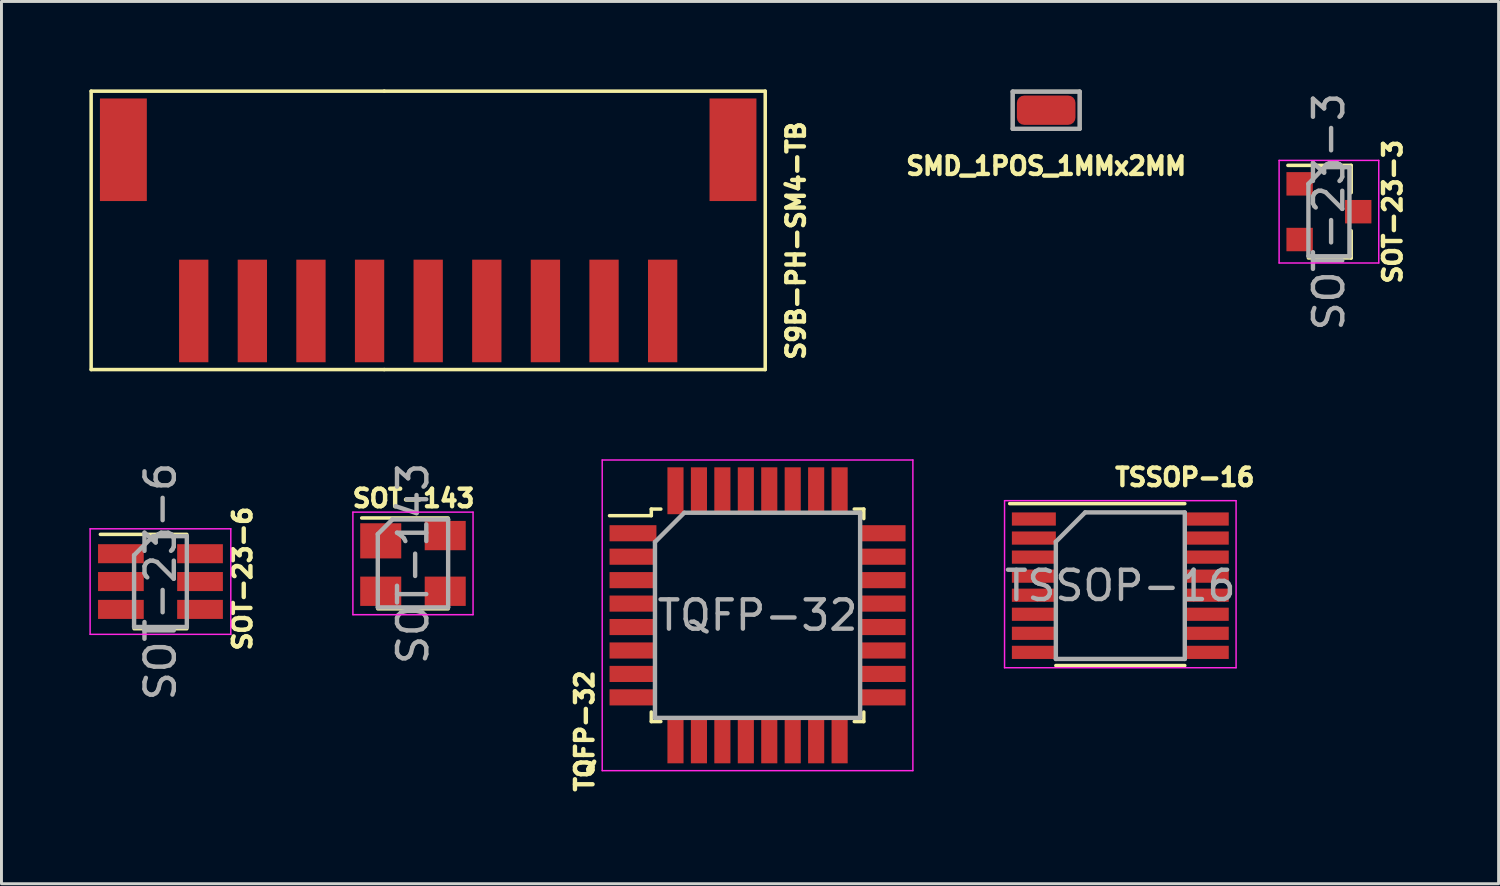
<source format=kicad_pcb>
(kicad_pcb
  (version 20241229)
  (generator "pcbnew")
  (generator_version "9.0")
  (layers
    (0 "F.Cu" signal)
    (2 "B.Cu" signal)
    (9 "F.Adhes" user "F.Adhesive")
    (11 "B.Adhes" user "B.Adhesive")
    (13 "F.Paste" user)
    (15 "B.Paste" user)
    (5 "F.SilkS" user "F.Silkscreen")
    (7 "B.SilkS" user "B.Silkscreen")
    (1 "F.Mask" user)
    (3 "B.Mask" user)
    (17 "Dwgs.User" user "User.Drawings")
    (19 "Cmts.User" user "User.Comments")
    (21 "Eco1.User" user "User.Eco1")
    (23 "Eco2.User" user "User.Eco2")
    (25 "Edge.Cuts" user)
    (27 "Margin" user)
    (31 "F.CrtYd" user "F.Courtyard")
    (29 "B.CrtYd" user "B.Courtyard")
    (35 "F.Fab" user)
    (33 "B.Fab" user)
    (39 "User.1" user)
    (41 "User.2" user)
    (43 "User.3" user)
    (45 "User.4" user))
  (footprint "S9B-PH-SM4-TB"
    (layer "F.Cu")
    (at 19.56 7.56)
    (property "Reference" "S9B-PH-SM4-TB" (at 4.55 -2.4 270) (layer "F.SilkS") (effects (font (size 0.6 0.6) (thickness 0.15))))
    (attr through_hole)
    (fp_line (start -19.5 -7.5) (end -9.5 -7.5) (stroke (width 0.12) (type solid)) (layer "F.SilkS"))
    (fp_line (start -19.5 2) (end -19.5 -7.5) (stroke (width 0.12) (type solid)) (layer "F.SilkS"))
    (fp_line (start -9.5 -7.5) (end 3.5 -7.5) (stroke (width 0.12) (type solid)) (layer "F.SilkS"))
    (fp_line (start -9.5 2) (end -9.5 2) (stroke (width 0.12) (type solid)) (layer "F.SilkS"))
    (fp_line (start 3.5 -7.5) (end 3.5 2) (stroke (width 0.12) (type solid)) (layer "F.SilkS"))
    (fp_line (start 3.5 2) (end -19.5 2) (stroke (width 0.12) (type solid)) (layer "F.SilkS"))
    (pad "" smd rect (at -18.4 -5.5) (size 1.6 3.5) (layers "F.Cu" "F.Mask" "F.Paste"))
    (pad "" smd rect (at 2.4 -5.5) (size 1.6 3.5) (layers "F.Cu" "F.Mask" "F.Paste"))
    (pad "1" smd rect (at 0 0) (size 1 3.5) (layers "F.Cu" "F.Mask" "F.Paste"))
    (pad "2" smd rect (at -2 0) (size 1 3.5) (layers "F.Cu" "F.Mask" "F.Paste"))
    (pad "3" smd rect (at -4 0) (size 1 3.5) (layers "F.Cu" "F.Mask" "F.Paste"))
    (pad "4" smd rect (at -6 0) (size 1 3.5) (layers "F.Cu" "F.Mask" "F.Paste"))
    (pad "5" smd rect (at -8 0) (size 1 3.5) (layers "F.Cu" "F.Mask" "F.Paste"))
    (pad "6" smd rect (at -10 0) (size 1 3.5) (layers "F.Cu" "F.Mask" "F.Paste"))
    (pad "7" smd rect (at -12 0) (size 1 3.5) (layers "F.Cu" "F.Mask" "F.Paste"))
    (pad "8" smd rect (at -14 0) (size 1 3.5) (layers "F.Cu" "F.Mask" "F.Paste"))
    (pad "9" smd rect (at -16 0) (size 1 3.5) (layers "F.Cu" "F.Mask" "F.Paste")))
  (footprint "TSSOP-16"
    (layer "F.Cu")
    (at 35.176 16.934)
    (property "Reference" "TSSOP-16" (at 2.2 -3.7 0) (layer "F.SilkS") (effects (font (size 0.6 0.6) (thickness 0.15))))
    (attr smd)
    (fp_line (start -3.775 -2.8) (end 2.2 -2.8) (stroke (width 0.12) (type solid)) (layer "F.SilkS"))
    (fp_line (start -2.2 2.725) (end 2.2 2.725) (stroke (width 0.12) (type solid)) (layer "F.SilkS"))
    (fp_line (start -3.95 -2.9) (end -3.95 2.8) (stroke (width 0.05) (type solid)) (layer "F.CrtYd"))
    (fp_line (start -3.95 -2.9) (end 3.95 -2.9) (stroke (width 0.05) (type solid)) (layer "F.CrtYd"))
    (fp_line (start -3.95 2.8) (end 3.95 2.8) (stroke (width 0.05) (type solid)) (layer "F.CrtYd"))
    (fp_line (start 3.95 -2.9) (end 3.95 2.8) (stroke (width 0.05) (type solid)) (layer "F.CrtYd"))
    (fp_line (start -2.2 -1.5) (end -1.2 -2.5) (stroke (width 0.15) (type solid)) (layer "F.Fab"))
    (fp_line (start -2.2 2.5) (end -2.2 -1.5) (stroke (width 0.15) (type solid)) (layer "F.Fab"))
    (fp_line (start -1.2 -2.5) (end 2.2 -2.5) (stroke (width 0.15) (type solid)) (layer "F.Fab"))
    (fp_line (start 2.2 -2.5) (end 2.2 2.5) (stroke (width 0.15) (type solid)) (layer "F.Fab"))
    (fp_line (start 2.2 2.5) (end -2.2 2.5) (stroke (width 0.15) (type solid)) (layer "F.Fab"))
    (fp_text user "${REFERENCE}" (at 0 0 0) (layer "F.Fab") (effects (font (size 1 1) (thickness 0.15))))
    (pad "1" smd rect (at -2.95 -2.275) (size 1.5 0.45) (layers "F.Cu" "F.Mask" "F.Paste"))
    (pad "2" smd rect (at -2.95 -1.625) (size 1.5 0.45) (layers "F.Cu" "F.Mask" "F.Paste"))
    (pad "3" smd rect (at -2.95 -0.975) (size 1.5 0.45) (layers "F.Cu" "F.Mask" "F.Paste"))
    (pad "4" smd rect (at -2.95 -0.325) (size 1.5 0.45) (layers "F.Cu" "F.Mask" "F.Paste"))
    (pad "5" smd rect (at -2.95 0.325) (size 1.5 0.45) (layers "F.Cu" "F.Mask" "F.Paste"))
    (pad "6" smd rect (at -2.95 0.975) (size 1.5 0.45) (layers "F.Cu" "F.Mask" "F.Paste"))
    (pad "7" smd rect (at -2.95 1.625) (size 1.5 0.45) (layers "F.Cu" "F.Mask" "F.Paste"))
    (pad "8" smd rect (at -2.95 2.275) (size 1.5 0.45) (layers "F.Cu" "F.Mask" "F.Paste"))
    (pad "9" smd rect (at 2.95 2.275) (size 1.5 0.45) (layers "F.Cu" "F.Mask" "F.Paste"))
    (pad "10" smd rect (at 2.95 1.625) (size 1.5 0.45) (layers "F.Cu" "F.Mask" "F.Paste"))
    (pad "11" smd rect (at 2.95 0.975) (size 1.5 0.45) (layers "F.Cu" "F.Mask" "F.Paste"))
    (pad "12" smd rect (at 2.95 0.325) (size 1.5 0.45) (layers "F.Cu" "F.Mask" "F.Paste"))
    (pad "13" smd rect (at 2.95 -0.325) (size 1.5 0.45) (layers "F.Cu" "F.Mask" "F.Paste"))
    (pad "14" smd rect (at 2.95 -0.975) (size 1.5 0.45) (layers "F.Cu" "F.Mask" "F.Paste"))
    (pad "15" smd rect (at 2.95 -1.625) (size 1.5 0.45) (layers "F.Cu" "F.Mask" "F.Paste"))
    (pad "16" smd rect (at 2.95 -2.275) (size 1.5 0.45) (layers "F.Cu" "F.Mask" "F.Paste")))
  (footprint "SMD_1POS_1MMx2MM"
    (layer "F.Cu")
    (at 32.646 0.71)
    (property "Reference" "SMD_1POS_1MMx2MM" (at 0 1.905 0) (layer "F.SilkS") (effects (font (size 0.6 0.6) (thickness 0.15))))
    (attr through_hole)
    (fp_line (start -1.143 -0.635) (end -1.143 0.635) (stroke (width 0.12) (type solid)) (layer "F.SilkS"))
    (fp_line (start -1.143 0.635) (end 1.143 0.635) (stroke (width 0.12) (type solid)) (layer "F.SilkS"))
    (fp_line (start 1.143 -0.635) (end -1.143 -0.635) (stroke (width 0.12) (type solid)) (layer "F.SilkS"))
    (fp_line (start 1.143 0.635) (end 1.143 -0.635) (stroke (width 0.12) (type solid)) (layer "F.SilkS"))
    (fp_line (start -1.143 -0.635) (end -1.143 0.635) (stroke (width 0.15) (type solid)) (layer "F.Fab"))
    (fp_line (start -1.143 0.635) (end 1.143 0.635) (stroke (width 0.15) (type solid)) (layer "F.Fab"))
    (fp_line (start 1.143 -0.635) (end -1.143 -0.635) (stroke (width 0.15) (type solid)) (layer "F.Fab"))
    (fp_line (start 1.143 0.635) (end 1.143 -0.635) (stroke (width 0.15) (type solid)) (layer "F.Fab"))
    (pad "1" smd roundrect (at 0 0) (size 2 1) (layers "F.Cu" "F.Mask" "F.Paste") (roundrect_rratio 0.25)))
  (footprint "SOT-23-3"
    (layer "F.Cu")
    (at 42.294 4.173)
    (property "Reference" "SOT-23-3" (at 2.175 0 90) (layer "F.SilkS") (effects (font (size 0.6 0.6) (thickness 0.15))))
    (attr smd)
    (fp_line (start 0.76 -1.58) (end -1.4 -1.58) (stroke (width 0.12) (type solid)) (layer "F.SilkS"))
    (fp_line (start 0.76 -1.58) (end 0.76 -0.65) (stroke (width 0.12) (type solid)) (layer "F.SilkS"))
    (fp_line (start 0.76 1.58) (end -0.7 1.58) (stroke (width 0.12) (type solid)) (layer "F.SilkS"))
    (fp_line (start 0.76 1.58) (end 0.76 0.65) (stroke (width 0.12) (type solid)) (layer "F.SilkS"))
    (fp_line (start -1.7 -1.75) (end 1.7 -1.75) (stroke (width 0.05) (type solid)) (layer "F.CrtYd"))
    (fp_line (start -1.7 1.75) (end -1.7 -1.75) (stroke (width 0.05) (type solid)) (layer "F.CrtYd"))
    (fp_line (start 1.7 -1.75) (end 1.7 1.75) (stroke (width 0.05) (type solid)) (layer "F.CrtYd"))
    (fp_line (start 1.7 1.75) (end -1.7 1.75) (stroke (width 0.05) (type solid)) (layer "F.CrtYd"))
    (fp_line (start -0.7 -0.95) (end -0.7 1.5) (stroke (width 0.15) (type solid)) (layer "F.Fab"))
    (fp_line (start -0.7 -0.95) (end -0.15 -1.52) (stroke (width 0.15) (type solid)) (layer "F.Fab"))
    (fp_line (start -0.7 1.52) (end 0.7 1.52) (stroke (width 0.15) (type solid)) (layer "F.Fab"))
    (fp_line (start -0.15 -1.52) (end 0.7 -1.52) (stroke (width 0.15) (type solid)) (layer "F.Fab"))
    (fp_line (start 0.7 -1.52) (end 0.7 1.52) (stroke (width 0.15) (type solid)) (layer "F.Fab"))
    (fp_text user "${REFERENCE}" (at 0 0 270) (layer "F.Fab") (effects (font (size 1 1) (thickness 0.15))))
    (pad "1" smd rect (at -1 -0.95) (size 0.9 0.8) (layers "F.Cu" "F.Mask" "F.Paste"))
    (pad "2" smd rect (at -1 0.95) (size 0.9 0.8) (layers "F.Cu" "F.Mask" "F.Paste"))
    (pad "3" smd rect (at 1 0) (size 0.9 0.8) (layers "F.Cu" "F.Mask" "F.Paste")))
  (footprint "SOT-143"
    (layer "F.Cu")
    (at 11.041 16.174)
    (property "Reference" "SOT-143" (at 0.02 -2.22 180) (layer "F.SilkS") (effects (font (size 0.6 0.6) (thickness 0.15))))
    (attr smd)
    (fp_line (start -1.2 1.55) (end 1.2 1.55) (stroke (width 0.12) (type solid)) (layer "F.SilkS"))
    (fp_line (start 1.2 -1.55) (end -1.75 -1.55) (stroke (width 0.12) (type solid)) (layer "F.SilkS"))
    (fp_line (start -2.05 1.75) (end -2.05 -1.75) (stroke (width 0.05) (type solid)) (layer "F.CrtYd"))
    (fp_line (start -2.05 1.75) (end 2.05 1.75) (stroke (width 0.05) (type solid)) (layer "F.CrtYd"))
    (fp_line (start 2.05 -1.75) (end -2.05 -1.75) (stroke (width 0.05) (type solid)) (layer "F.CrtYd"))
    (fp_line (start 2.05 -1.75) (end 2.05 1.75) (stroke (width 0.05) (type solid)) (layer "F.CrtYd"))
    (fp_line (start -1.2 -1) (end -0.7 -1.5) (stroke (width 0.15) (type solid)) (layer "F.Fab"))
    (fp_line (start -1.2 1.5) (end -1.2 -1) (stroke (width 0.15) (type solid)) (layer "F.Fab"))
    (fp_line (start -0.7 -1.5) (end 1.2 -1.5) (stroke (width 0.15) (type solid)) (layer "F.Fab"))
    (fp_line (start 1.2 -1.5) (end 1.2 1.5) (stroke (width 0.15) (type solid)) (layer "F.Fab"))
    (fp_line (start 1.2 1.5) (end -1.2 1.5) (stroke (width 0.15) (type solid)) (layer "F.Fab"))
    (fp_text user "${REFERENCE}" (at 0 0 270) (layer "F.Fab") (effects (font (size 1 1) (thickness 0.15))))
    (pad "1" smd rect (at -1.1 -0.77 270) (size 1.2 1.4) (layers "F.Cu" "F.Mask" "F.Paste"))
    (pad "2" smd rect (at -1.1 0.95 270) (size 1 1.4) (layers "F.Cu" "F.Mask" "F.Paste"))
    (pad "3" smd rect (at 1.1 0.95 270) (size 1 1.4) (layers "F.Cu" "F.Mask" "F.Paste"))
    (pad "4" smd rect (at 1.1 -0.95 270) (size 1 1.4) (layers "F.Cu" "F.Mask" "F.Paste")))
  (footprint "TQFP-32"
    (layer "F.Cu")
    (at 22.798 17.945)
    (property "Reference" "TQFP-32" (at -5.9 3.95 270) (layer "F.SilkS") (effects (font (size 0.6 0.6) (thickness 0.15))))
    (attr smd)
    (fp_line (start -3.625 -3.625) (end -3.625 -3.4) (stroke (width 0.12) (type solid)) (layer "F.SilkS"))
    (fp_line (start -3.625 -3.625) (end -3.3 -3.625) (stroke (width 0.12) (type solid)) (layer "F.SilkS"))
    (fp_line (start -3.625 -3.4) (end -5.05 -3.4) (stroke (width 0.12) (type solid)) (layer "F.SilkS"))
    (fp_line (start -3.625 3.625) (end -3.625 3.3) (stroke (width 0.12) (type solid)) (layer "F.SilkS"))
    (fp_line (start -3.625 3.625) (end -3.3 3.625) (stroke (width 0.12) (type solid)) (layer "F.SilkS"))
    (fp_line (start 3.625 -3.625) (end 3.3 -3.625) (stroke (width 0.12) (type solid)) (layer "F.SilkS"))
    (fp_line (start 3.625 -3.625) (end 3.625 -3.3) (stroke (width 0.12) (type solid)) (layer "F.SilkS"))
    (fp_line (start 3.625 3.625) (end 3.3 3.625) (stroke (width 0.12) (type solid)) (layer "F.SilkS"))
    (fp_line (start 3.625 3.625) (end 3.625 3.3) (stroke (width 0.12) (type solid)) (layer "F.SilkS"))
    (fp_line (start -5.3 -5.3) (end -5.3 5.3) (stroke (width 0.05) (type solid)) (layer "F.CrtYd"))
    (fp_line (start -5.3 -5.3) (end 5.3 -5.3) (stroke (width 0.05) (type solid)) (layer "F.CrtYd"))
    (fp_line (start -5.3 5.3) (end 5.3 5.3) (stroke (width 0.05) (type solid)) (layer "F.CrtYd"))
    (fp_line (start 5.3 -5.3) (end 5.3 5.3) (stroke (width 0.05) (type solid)) (layer "F.CrtYd"))
    (fp_line (start -3.5 -2.5) (end -2.5 -3.5) (stroke (width 0.15) (type solid)) (layer "F.Fab"))
    (fp_line (start -3.5 3.5) (end -3.5 -2.5) (stroke (width 0.15) (type solid)) (layer "F.Fab"))
    (fp_line (start -2.5 -3.5) (end 3.5 -3.5) (stroke (width 0.15) (type solid)) (layer "F.Fab"))
    (fp_line (start 3.5 -3.5) (end 3.5 3.5) (stroke (width 0.15) (type solid)) (layer "F.Fab"))
    (fp_line (start 3.5 3.5) (end -3.5 3.5) (stroke (width 0.15) (type solid)) (layer "F.Fab"))
    (fp_text user "${REFERENCE}" (at 0 0 180) (layer "F.Fab") (effects (font (size 1 1) (thickness 0.15))))
    (pad "1" smd rect (at -4.25 -2.8) (size 1.6 0.55) (layers "F.Cu" "F.Mask" "F.Paste"))
    (pad "2" smd rect (at -4.25 -2) (size 1.6 0.55) (layers "F.Cu" "F.Mask" "F.Paste"))
    (pad "3" smd rect (at -4.25 -1.2) (size 1.6 0.55) (layers "F.Cu" "F.Mask" "F.Paste"))
    (pad "4" smd rect (at -4.25 -0.4) (size 1.6 0.55) (layers "F.Cu" "F.Mask" "F.Paste"))
    (pad "5" smd rect (at -4.25 0.4) (size 1.6 0.55) (layers "F.Cu" "F.Mask" "F.Paste"))
    (pad "6" smd rect (at -4.25 1.2) (size 1.6 0.55) (layers "F.Cu" "F.Mask" "F.Paste"))
    (pad "7" smd rect (at -4.25 2) (size 1.6 0.55) (layers "F.Cu" "F.Mask" "F.Paste"))
    (pad "8" smd rect (at -4.25 2.8) (size 1.6 0.55) (layers "F.Cu" "F.Mask" "F.Paste"))
    (pad "9" smd rect (at -2.8 4.25 90) (size 1.6 0.55) (layers "F.Cu" "F.Mask" "F.Paste"))
    (pad "10" smd rect (at -2 4.25 90) (size 1.6 0.55) (layers "F.Cu" "F.Mask" "F.Paste"))
    (pad "11" smd rect (at -1.2 4.25 90) (size 1.6 0.55) (layers "F.Cu" "F.Mask" "F.Paste"))
    (pad "12" smd rect (at -0.4 4.25 90) (size 1.6 0.55) (layers "F.Cu" "F.Mask" "F.Paste"))
    (pad "13" smd rect (at 0.4 4.25 90) (size 1.6 0.55) (layers "F.Cu" "F.Mask" "F.Paste"))
    (pad "14" smd rect (at 1.2 4.25 90) (size 1.6 0.55) (layers "F.Cu" "F.Mask" "F.Paste"))
    (pad "15" smd rect (at 2 4.25 90) (size 1.6 0.55) (layers "F.Cu" "F.Mask" "F.Paste"))
    (pad "16" smd rect (at 2.8 4.25 90) (size 1.6 0.55) (layers "F.Cu" "F.Mask" "F.Paste"))
    (pad "17" smd rect (at 4.25 2.8) (size 1.6 0.55) (layers "F.Cu" "F.Mask" "F.Paste"))
    (pad "18" smd rect (at 4.25 2) (size 1.6 0.55) (layers "F.Cu" "F.Mask" "F.Paste"))
    (pad "19" smd rect (at 4.25 1.2) (size 1.6 0.55) (layers "F.Cu" "F.Mask" "F.Paste"))
    (pad "20" smd rect (at 4.25 0.4) (size 1.6 0.55) (layers "F.Cu" "F.Mask" "F.Paste"))
    (pad "21" smd rect (at 4.25 -0.4) (size 1.6 0.55) (layers "F.Cu" "F.Mask" "F.Paste"))
    (pad "22" smd rect (at 4.25 -1.2) (size 1.6 0.55) (layers "F.Cu" "F.Mask" "F.Paste"))
    (pad "23" smd rect (at 4.25 -2) (size 1.6 0.55) (layers "F.Cu" "F.Mask" "F.Paste"))
    (pad "24" smd rect (at 4.25 -2.8) (size 1.6 0.55) (layers "F.Cu" "F.Mask" "F.Paste"))
    (pad "25" smd rect (at 2.8 -4.25 90) (size 1.6 0.55) (layers "F.Cu" "F.Mask" "F.Paste"))
    (pad "26" smd rect (at 2 -4.25 90) (size 1.6 0.55) (layers "F.Cu" "F.Mask" "F.Paste"))
    (pad "27" smd rect (at 1.2 -4.25 90) (size 1.6 0.55) (layers "F.Cu" "F.Mask" "F.Paste"))
    (pad "28" smd rect (at 0.4 -4.25 90) (size 1.6 0.55) (layers "F.Cu" "F.Mask" "F.Paste"))
    (pad "29" smd rect (at -0.4 -4.25 90) (size 1.6 0.55) (layers "F.Cu" "F.Mask" "F.Paste"))
    (pad "30" smd rect (at -1.2 -4.25 90) (size 1.6 0.55) (layers "F.Cu" "F.Mask" "F.Paste"))
    (pad "31" smd rect (at -2 -4.25 90) (size 1.6 0.55) (layers "F.Cu" "F.Mask" "F.Paste"))
    (pad "32" smd rect (at -2.8 -4.25 90) (size 1.6 0.55) (layers "F.Cu" "F.Mask" "F.Paste")))
  (footprint "SOT-23-6"
    (layer "F.Cu")
    (at 2.425 16.793)
    (property "Reference" "SOT-23-6" (at 2.8 -0.1 90) (layer "F.SilkS") (effects (font (size 0.6 0.6) (thickness 0.15))))
    (attr smd)
    (fp_line (start -0.9 1.61) (end 0.9 1.61) (stroke (width 0.12) (type solid)) (layer "F.SilkS"))
    (fp_line (start 0.9 -1.61) (end -2.05 -1.61) (stroke (width 0.12) (type solid)) (layer "F.SilkS"))
    (fp_line (start -2.4 -1.8) (end 2.4 -1.8) (stroke (width 0.05) (type solid)) (layer "F.CrtYd"))
    (fp_line (start -2.4 1.8) (end -2.4 -1.8) (stroke (width 0.05) (type solid)) (layer "F.CrtYd"))
    (fp_line (start 2.4 -1.8) (end 2.4 1.8) (stroke (width 0.05) (type solid)) (layer "F.CrtYd"))
    (fp_line (start 2.4 1.8) (end -2.4 1.8) (stroke (width 0.05) (type solid)) (layer "F.CrtYd"))
    (fp_line (start -0.9 -0.9) (end -0.9 1.55) (stroke (width 0.15) (type solid)) (layer "F.Fab"))
    (fp_line (start -0.9 -0.9) (end -0.25 -1.55) (stroke (width 0.15) (type solid)) (layer "F.Fab"))
    (fp_line (start 0.9 -1.55) (end -0.25 -1.55) (stroke (width 0.15) (type solid)) (layer "F.Fab"))
    (fp_line (start 0.9 -1.55) (end 0.9 1.55) (stroke (width 0.15) (type solid)) (layer "F.Fab"))
    (fp_line (start 0.9 1.55) (end -0.9 1.55) (stroke (width 0.15) (type solid)) (layer "F.Fab"))
    (fp_text user "${REFERENCE}" (at 0 0 270) (layer "F.Fab") (effects (font (size 1 1) (thickness 0.15))))
    (pad "1" smd rect (at -1.35 -0.95) (size 1.56 0.65) (layers "F.Cu" "F.Mask" "F.Paste"))
    (pad "2" smd rect (at -1.35 0) (size 1.56 0.65) (layers "F.Cu" "F.Mask" "F.Paste"))
    (pad "3" smd rect (at -1.35 0.95) (size 1.56 0.65) (layers "F.Cu" "F.Mask" "F.Paste"))
    (pad "4" smd rect (at 1.35 0.95) (size 1.56 0.65) (layers "F.Cu" "F.Mask" "F.Paste"))
    (pad "5" smd rect (at 1.35 0) (size 1.56 0.65) (layers "F.Cu" "F.Mask" "F.Paste"))
    (pad "6" smd rect (at 1.35 -0.95) (size 1.56 0.65) (layers "F.Cu" "F.Mask" "F.Paste")))
  (gr_rect
    (start -3 -3)
    (end 48.083 27.103)
    (stroke (width 0.1) (type default))
    (fill no)
    (layer "Edge.Cuts")))
</source>
